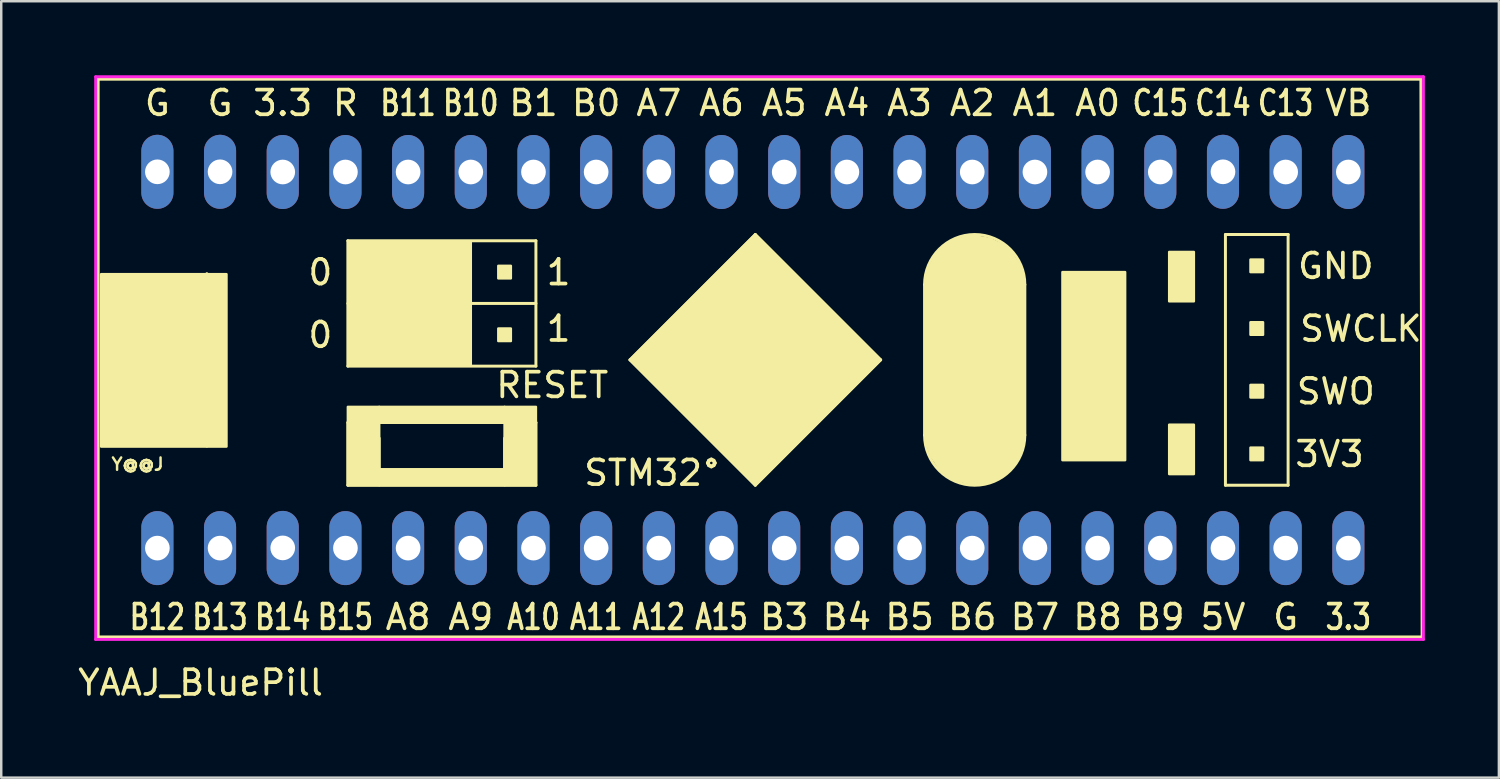
<source format=kicad_pcb>
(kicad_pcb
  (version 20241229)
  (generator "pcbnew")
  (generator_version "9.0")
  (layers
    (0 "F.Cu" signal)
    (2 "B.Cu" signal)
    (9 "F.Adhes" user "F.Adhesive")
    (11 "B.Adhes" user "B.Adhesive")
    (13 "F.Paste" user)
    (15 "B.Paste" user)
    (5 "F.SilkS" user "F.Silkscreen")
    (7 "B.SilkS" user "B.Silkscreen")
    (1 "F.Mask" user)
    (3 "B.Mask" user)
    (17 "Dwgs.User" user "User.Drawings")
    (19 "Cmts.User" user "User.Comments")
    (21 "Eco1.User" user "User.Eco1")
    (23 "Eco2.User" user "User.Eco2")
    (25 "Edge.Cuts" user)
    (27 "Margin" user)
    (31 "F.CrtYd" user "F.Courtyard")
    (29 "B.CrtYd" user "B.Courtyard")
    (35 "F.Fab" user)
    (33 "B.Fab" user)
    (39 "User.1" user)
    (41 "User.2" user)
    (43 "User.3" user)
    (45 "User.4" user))
  (footprint "YAAJ_BluePill"
    (layer "F.Cu")
    (at 3.327 19.16)
    (property "Reference" "YAAJ_BluePill" (at 1.75 5.453 180) (layer "F.SilkS") (effects (font (size 1 1) (thickness 0.15))))
    (attr through_hole)
    (fp_line (start -2.4 -19) (end 51.2 -19) (stroke (width 0.12) (type solid)) (layer "F.SilkS"))
    (fp_line (start -2.4 3.6) (end -2.4 -19) (stroke (width 0.12) (type solid)) (layer "F.SilkS"))
    (fp_line (start 2.004 -4.135) (end 2.004 -11.12) (stroke (width 0.12) (type solid)) (layer "F.SilkS"))
    (fp_line (start 7.719 -12.454) (end 7.719 -7.374) (stroke (width 0.12) (type solid)) (layer "F.SilkS"))
    (fp_line (start 7.719 -9.914) (end 15.339 -9.914) (stroke (width 0.12) (type solid)) (layer "F.SilkS"))
    (fp_line (start 7.719 -7.374) (end 15.339 -7.374) (stroke (width 0.12) (type solid)) (layer "F.SilkS"))
    (fp_line (start 7.719 -5.088) (end 15.339 -5.088) (stroke (width 0.12) (type solid)) (layer "F.SilkS"))
    (fp_line (start 7.719 -2.548) (end 7.719 -5.088) (stroke (width 0.12) (type solid)) (layer "F.SilkS"))
    (fp_line (start 8.989 -3.183) (end 8.989 -4.453) (stroke (width 0.12) (type solid)) (layer "F.SilkS"))
    (fp_line (start 14.069 -4.453) (end 14.069 -3.183) (stroke (width 0.12) (type solid)) (layer "F.SilkS"))
    (fp_line (start 14.069 -3.183) (end 8.989 -3.183) (stroke (width 0.12) (type solid)) (layer "F.SilkS"))
    (fp_line (start 15.339 -12.454) (end 7.719 -12.454) (stroke (width 0.12) (type solid)) (layer "F.SilkS"))
    (fp_line (start 15.339 -7.374) (end 15.339 -12.454) (stroke (width 0.12) (type solid)) (layer "F.SilkS"))
    (fp_line (start 15.339 -5.088) (end 15.339 -2.548) (stroke (width 0.12) (type solid)) (layer "F.SilkS"))
    (fp_line (start 15.339 -2.548) (end 7.719 -2.548) (stroke (width 0.12) (type solid)) (layer "F.SilkS"))
    (fp_line (start 19.149 -7.628) (end 24.229 -12.708) (stroke (width 0.12) (type solid)) (layer "F.SilkS"))
    (fp_line (start 24.229 -12.708) (end 29.309 -7.628) (stroke (width 0.12) (type solid)) (layer "F.SilkS"))
    (fp_line (start 24.229 -2.548) (end 19.149 -7.628) (stroke (width 0.12) (type solid)) (layer "F.SilkS"))
    (fp_line (start 29.309 -7.628) (end 24.229 -2.548) (stroke (width 0.12) (type solid)) (layer "F.SilkS"))
    (fp_line (start 31.087 -4.58) (end 31.087 -10.676) (stroke (width 0.12) (type solid)) (layer "F.SilkS"))
    (fp_line (start 35.151 -4.58) (end 35.151 -10.676) (stroke (width 0.12) (type solid)) (layer "F.SilkS"))
    (fp_line (start 43.279 -12.708) (end 43.279 -2.548) (stroke (width 0.12) (type solid)) (layer "F.SilkS"))
    (fp_line (start 43.279 -2.548) (end 45.819 -2.548) (stroke (width 0.12) (type solid)) (layer "F.SilkS"))
    (fp_line (start 45.819 -12.708) (end 43.279 -12.708) (stroke (width 0.12) (type solid)) (layer "F.SilkS"))
    (fp_line (start 45.819 -2.548) (end 45.819 -12.708) (stroke (width 0.12) (type solid)) (layer "F.SilkS"))
    (fp_line (start 51.2 -19) (end 51.25 3.6) (stroke (width 0.12) (type solid)) (layer "F.SilkS"))
    (fp_line (start 51.25 3.6) (end -2.4 3.6) (stroke (width 0.12) (type solid)) (layer "F.SilkS"))
    (fp_arc (start 31.08706 -10.67562) (mid 33.11906 -12.70762) (end 35.15106 -10.67562) (stroke (width 0.12) (type solid)) (layer "F.SilkS"))
    (fp_arc (start 35.15106 -4.57962) (mid 33.11906 -2.54762) (end 31.08706 -4.57962) (stroke (width 0.12) (type solid)) (layer "F.SilkS"))
    (fp_poly (pts (xy -2.28 -4.115) (xy 2.8 -4.115) (xy 2.8 -11.1) (xy -2.28 -11.1)) (stroke (width 0.1) (type solid)) (fill yes) (layer "F.SilkS"))
    (fp_poly (pts (xy 7.719 -2.548) (xy 7.719 -5.723) (xy 8.989 -5.723) (xy 8.989 -2.548)) (stroke (width 0.1) (type solid)) (fill yes) (layer "F.SilkS"))
    (fp_poly (pts (xy 7.8 -12.4) (xy 12.7 -12.4) (xy 12.7 -7.4) (xy 7.8 -7.4)) (stroke (width 0.1) (type solid)) (fill yes) (layer "F.SilkS"))
    (fp_poly (pts (xy 8.735 -10.93) (xy 9.243 -10.93) (xy 9.243 -11.438) (xy 8.735 -11.438)) (stroke (width 0.1) (type solid)) (fill yes) (layer "F.SilkS"))
    (fp_poly (pts (xy 8.735 -8.39) (xy 8.735 -8.898) (xy 9.243 -8.898) (xy 9.243 -8.39)) (stroke (width 0.1) (type solid)) (fill yes) (layer "F.SilkS"))
    (fp_poly (pts (xy 8.989 -5.088) (xy 8.989 -5.723) (xy 14.069 -5.723) (xy 14.069 -5.088)) (stroke (width 0.1) (type solid)) (fill yes) (layer "F.SilkS"))
    (fp_poly (pts (xy 8.989 -2.548) (xy 8.989 -3.183) (xy 14.069 -3.183) (xy 14.069 -2.548)) (stroke (width 0.1) (type solid)) (fill yes) (layer "F.SilkS"))
    (fp_poly (pts (xy 11.275 -10.93) (xy 11.275 -11.438) (xy 11.783 -11.438) (xy 11.783 -10.93)) (stroke (width 0.1) (type solid)) (fill yes) (layer "F.SilkS"))
    (fp_poly (pts (xy 11.275 -8.39) (xy 11.275 -8.898) (xy 11.783 -8.898) (xy 11.783 -8.39)) (stroke (width 0.1) (type solid)) (fill yes) (layer "F.SilkS"))
    (fp_poly (pts (xy 13.815 -10.93) (xy 13.815 -11.438) (xy 14.323 -11.438) (xy 14.323 -10.93)) (stroke (width 0.1) (type solid)) (fill yes) (layer "F.SilkS"))
    (fp_poly (pts (xy 13.815 -8.39) (xy 14.323 -8.39) (xy 14.323 -8.898) (xy 13.815 -8.898)) (stroke (width 0.1) (type solid)) (fill yes) (layer "F.SilkS"))
    (fp_poly (pts (xy 14.069 -2.548) (xy 14.069 -5.723) (xy 15.339 -5.723) (xy 15.339 -2.548)) (stroke (width 0.1) (type solid)) (fill yes) (layer "F.SilkS"))
    (fp_poly (pts (xy 19.149 -7.628) (xy 24.229 -2.548) (xy 29.309 -7.628) (xy 24.229 -12.708)) (stroke (width 0.1) (type solid)) (fill yes) (layer "F.SilkS"))
    (fp_poly (pts (xy 36.675 -3.564) (xy 36.675 -11.184) (xy 39.215 -11.184) (xy 39.215 -3.564)) (stroke (width 0.1) (type solid)) (fill yes) (layer "F.SilkS"))
    (fp_poly (pts (xy 41 -12) (xy 41 -10) (xy 42 -10) (xy 42 -12)) (stroke (width 0.1) (type solid)) (fill yes) (layer "F.SilkS"))
    (fp_poly (pts (xy 42 -5) (xy 41 -5) (xy 41 -3) (xy 42 -3)) (stroke (width 0.1) (type solid)) (fill yes) (layer "F.SilkS"))
    (fp_poly (pts (xy 44.295 -11.184) (xy 44.803 -11.184) (xy 44.803 -11.692) (xy 44.295 -11.692)) (stroke (width 0.1) (type solid)) (fill yes) (layer "F.SilkS"))
    (fp_poly (pts (xy 44.295 -8.644) (xy 44.803 -8.644) (xy 44.803 -9.152) (xy 44.295 -9.152)) (stroke (width 0.1) (type solid)) (fill yes) (layer "F.SilkS"))
    (fp_poly (pts (xy 44.295 -6.104) (xy 44.803 -6.104) (xy 44.803 -6.612) (xy 44.295 -6.612)) (stroke (width 0.1) (type solid)) (fill yes) (layer "F.SilkS"))
    (fp_poly (pts (xy 44.295 -3.564) (xy 44.803 -3.564) (xy 44.803 -4.072) (xy 44.295 -4.072)) (stroke (width 0.1) (type solid)) (fill yes) (layer "F.SilkS"))
    (fp_poly (pts (xy 31.196 -4.209) (xy 31.35 -3.745) (xy 31.606 -3.362) (xy 31.742 -3.185) (xy 32.057 -2.926) (xy 32.291 -2.799) (xy 32.522 -2.723) (xy 32.827 -2.652) (xy 33.114 -2.598) (xy 33.541 -2.642) (xy 33.891 -2.744) (xy 34.196 -2.936) (xy 34.412 -3.089) (xy 34.638 -3.338) (xy 34.877 -3.627) (xy 34.973 -3.856) (xy 35.019 -4.049) (xy 35.088 -4.514) (xy 35.093 -10.838) (xy 34.966 -11.394) (xy 34.592 -11.979) (xy 34.242 -12.291) (xy 33.726 -12.529) (xy 33.381 -12.592) (xy 33.076 -12.624) (xy 32.743 -12.593) (xy 32.342 -12.484) (xy 32.144 -12.403) (xy 31.92 -12.25) (xy 31.704 -12.029) (xy 31.499 -11.781) (xy 31.255 -11.318) (xy 31.163 -10.843) (xy 31.168 -4.521)) (stroke (width 0.1) (type solid)) (fill yes) (layer "F.SilkS"))
    (fp_line (start -2.5 -19.1) (end -2.5 3.7) (stroke (width 0.12) (type solid)) (layer "F.CrtYd"))
    (fp_line (start -2.5 -19.1) (end 51.3 -19.1) (stroke (width 0.12) (type solid)) (layer "F.CrtYd"))
    (fp_line (start 51.3 -19.1) (end 51.3 3.7) (stroke (width 0.12) (type solid)) (layer "F.CrtYd"))
    (fp_line (start 51.3 3.7) (end -2.5 3.7) (stroke (width 0.12) (type solid)) (layer "F.CrtYd"))
    (fp_text user "STM32°" (at 20.066 -3.048 0) (layer "F.SilkS") (effects (font (size 1 1) (thickness 0.15))))
    (fp_text user "3.3" (at 5.08 -18.034 0) (layer "F.SilkS") (effects (font (size 1 1) (thickness 0.15))))
    (fp_text user "B3" (at 25.4 2.794 0) (layer "F.SilkS") (effects (font (size 1 1) (thickness 0.15))))
    (fp_text user "5V" (at 43.18 2.794 0) (layer "F.SilkS") (effects (font (size 1 1) (thickness 0.15))))
    (fp_text user "A8" (at 10.16 2.794 0) (layer "F.SilkS") (effects (font (size 1 1) (thickness 0.15))))
    (fp_text user "B15" (at 7.62 2.794 0) (layer "F.SilkS") (effects (font (size 1 0.762) (thickness 0.15))))
    (fp_text user "SWCLK" (at 48.768 -8.89 0) (layer "F.SilkS") (effects (font (size 1 1) (thickness 0.15))))
    (fp_text user "B14" (at 5.08 2.794 0) (layer "F.SilkS") (effects (font (size 1 0.762) (thickness 0.15))))
    (fp_text user "A6" (at 22.86 -18.034 0) (layer "F.SilkS") (effects (font (size 1 1) (thickness 0.15))))
    (fp_text user "A10" (at 15.24 2.794 0) (layer "F.SilkS") (effects (font (size 1 0.762) (thickness 0.15))))
    (fp_text user "1" (at 16.256 -8.89 0) (layer "F.SilkS") (effects (font (size 1 1) (thickness 0.15))))
    (fp_text user "B8" (at 38.1 2.794 0) (layer "F.SilkS") (effects (font (size 1 1) (thickness 0.15))))
    (fp_text user "1" (at 16.256 -11.176 0) (layer "F.SilkS") (effects (font (size 1 1) (thickness 0.15))))
    (fp_text user "B1" (at 15.24 -18.034 0) (layer "F.SilkS") (effects (font (size 1 1) (thickness 0.15))))
    (fp_text user "3.3" (at 48.26 2.794 0) (layer "F.SilkS") (effects (font (size 1 0.762) (thickness 0.15))))
    (fp_text user "A0" (at 38.1 -18.034 0) (layer "F.SilkS") (effects (font (size 1 1) (thickness 0.15))))
    (fp_text user "C14" (at 43.18 -18.034 0) (layer "F.SilkS") (effects (font (size 1 0.762) (thickness 0.15))))
    (fp_text user "B5" (at 30.48 2.794 0) (layer "F.SilkS") (effects (font (size 1 1) (thickness 0.15))))
    (fp_text user "B0" (at 17.78 -18.034 0) (layer "F.SilkS") (effects (font (size 1 1) (thickness 0.15))))
    (fp_text user "A7" (at 20.32 -18.034 0) (layer "F.SilkS") (effects (font (size 1 1) (thickness 0.15))))
    (fp_text user "B7" (at 35.56 2.794 0) (layer "F.SilkS") (effects (font (size 1 1) (thickness 0.15))))
    (fp_text user "0" (at 6.604 -8.636 0) (layer "F.SilkS") (effects (font (size 1 1) (thickness 0.15))))
    (fp_text user "R" (at 7.62 -18.034 0) (layer "F.SilkS") (effects (font (size 1 1) (thickness 0.15))))
    (fp_text user "A12" (at 20.32 2.794 0) (layer "F.SilkS") (effects (font (size 1 0.762) (thickness 0.15))))
    (fp_text user "A15" (at 22.86 2.794 0) (layer "F.SilkS") (effects (font (size 1 0.762) (thickness 0.15))))
    (fp_text user "A5" (at 25.4 -18.034 0) (layer "F.SilkS") (effects (font (size 1 1) (thickness 0.15))))
    (fp_text user "A3" (at 30.48 -18.034 0) (layer "F.SilkS") (effects (font (size 1 1) (thickness 0.15))))
    (fp_text user "A4" (at 27.94 -18.034 0) (layer "F.SilkS") (effects (font (size 1 1) (thickness 0.15))))
    (fp_text user "B6" (at 33.02 2.794 0) (layer "F.SilkS") (effects (font (size 1 1) (thickness 0.15))))
    (fp_text user "C15" (at 40.64 -18.034 0) (layer "F.SilkS") (effects (font (size 1 0.762) (thickness 0.15))))
    (fp_text user "B10" (at 12.7 -18.034 0) (layer "F.SilkS") (effects (font (size 1 0.762) (thickness 0.15))))
    (fp_text user "A9" (at 12.7 2.794 0) (layer "F.SilkS") (effects (font (size 1 1) (thickness 0.15))))
    (fp_text user "G" (at 2.54 -18.034 0) (layer "F.SilkS") (effects (font (size 1 1) (thickness 0.15))))
    (fp_text user "G" (at 45.72 2.794 0) (layer "F.SilkS") (effects (font (size 1 1) (thickness 0.15))))
    (fp_text user "B4" (at 27.94 2.794 0) (layer "F.SilkS") (effects (font (size 1 1) (thickness 0.15))))
    (fp_text user "B9" (at 40.64 2.794 0) (layer "F.SilkS") (effects (font (size 1 1) (thickness 0.15))))
    (fp_text user "GND" (at 47.752 -11.43 0) (layer "F.SilkS") (effects (font (size 1 1) (thickness 0.15))))
    (fp_text user "0" (at 6.604 -11.176 0) (layer "F.SilkS") (effects (font (size 1 1) (thickness 0.15))))
    (fp_text user "B11" (at 10.16 -18.034 0) (layer "F.SilkS") (effects (font (size 1 0.762) (thickness 0.15))))
    (fp_text user "G" (at 0 -18.034 0) (layer "F.SilkS") (effects (font (size 1 1) (thickness 0.15))))
    (fp_text user "A11" (at 17.78 2.794 0) (layer "F.SilkS") (effects (font (size 1 0.762) (thickness 0.15))))
    (fp_text user "RESET" (at 16.002 -6.604 0) (layer "F.SilkS") (effects (font (size 1 1) (thickness 0.15))))
    (fp_text user "C13" (at 45.72 -18.034 0) (layer "F.SilkS") (effects (font (size 1 0.762) (thickness 0.15))))
    (fp_text user "A2" (at 33.02 -18.034 0) (layer "F.SilkS") (effects (font (size 1 1) (thickness 0.15))))
    (fp_text user "3V3" (at 47.498 -3.81 0) (layer "F.SilkS") (effects (font (size 1 1) (thickness 0.15))))
    (fp_text user "B13" (at 2.54 2.794 0) (layer "F.SilkS") (effects (font (size 1 0.762) (thickness 0.15))))
    (fp_text user "B12" (at 0 2.794 0) (layer "F.SilkS") (effects (font (size 1 0.762) (thickness 0.15))))
    (fp_text user "SWO" (at 47.752 -6.35 0) (layer "F.SilkS") (effects (font (size 1 1) (thickness 0.15))))
    (fp_text user "Y@@J" (at -0.8 -3.4 0) (layer "F.SilkS") (effects (font (size 0.5 0.5) (thickness 0.1))))
    (fp_text user "VB" (at 48.26 -18.034 0) (layer "F.SilkS") (effects (font (size 1 1) (thickness 0.15))))
    (fp_text user "A1" (at 35.56 -18.034 0) (layer "F.SilkS") (effects (font (size 1 1) (thickness 0.15))))
    (pad "1" thru_hole oval (at 0 0) (size 1.3 3) (drill 1) (layers "*.Cu" "*.Mask"))
    (pad "2" thru_hole oval (at 2.54 0) (size 1.3 3) (drill 1) (layers "*.Cu" "*.Mask"))
    (pad "3" thru_hole oval (at 5.08 -0.008) (size 1.3 3) (drill 1) (layers "*.Cu" "*.Mask"))
    (pad "4" thru_hole oval (at 7.62 0) (size 1.3 3) (drill 1) (layers "*.Cu" "*.Mask"))
    (pad "5" thru_hole oval (at 10.16 0) (size 1.3 3) (drill 1) (layers "*.Cu" "*.Mask"))
    (pad "6" thru_hole oval (at 12.7 0) (size 1.3 3) (drill 1) (layers "*.Cu" "*.Mask"))
    (pad "7" thru_hole oval (at 15.24 0) (size 1.3 3) (drill 1) (layers "*.Cu" "*.Mask"))
    (pad "8" thru_hole oval (at 17.78 0) (size 1.3 3) (drill 1) (layers "*.Cu" "*.Mask"))
    (pad "9" thru_hole oval (at 20.32 0) (size 1.3 3) (drill 1) (layers "*.Cu" "*.Mask"))
    (pad "10" thru_hole oval (at 22.86 0) (size 1.3 3) (drill 1) (layers "*.Cu" "*.Mask"))
    (pad "11" thru_hole oval (at 25.4 0) (size 1.3 3) (drill 1) (layers "*.Cu" "*.Mask"))
    (pad "12" thru_hole oval (at 27.94 0) (size 1.3 3) (drill 1) (layers "*.Cu" "*.Mask"))
    (pad "13" thru_hole oval (at 30.48 -0.008) (size 1.3 3) (drill 1) (layers "*.Cu" "*.Mask"))
    (pad "14" thru_hole oval (at 33.02 0) (size 1.3 3) (drill 1) (layers "*.Cu" "*.Mask"))
    (pad "15" thru_hole oval (at 35.56 0) (size 1.3 3) (drill 1) (layers "*.Cu" "*.Mask"))
    (pad "16" thru_hole oval (at 38.1 0) (size 1.3 3) (drill 1) (layers "*.Cu" "*.Mask"))
    (pad "17" thru_hole oval (at 40.64 0) (size 1.3 3) (drill 1) (layers "*.Cu" "*.Mask"))
    (pad "18" thru_hole oval (at 43.18 0) (size 1.3 3) (drill 1) (layers "*.Cu" "*.Mask"))
    (pad "19" thru_hole oval (at 45.72 0) (size 1.3 3) (drill 1) (layers "*.Cu" "*.Mask"))
    (pad "20" thru_hole oval (at 48.26 0) (size 1.3 3) (drill 1) (layers "*.Cu" "*.Mask"))
    (pad "21" thru_hole oval (at 48.26 -15.24) (size 1.3 3) (drill 1) (layers "*.Cu" "*.Mask"))
    (pad "22" thru_hole oval (at 45.72 -15.24) (size 1.3 3) (drill 1) (layers "*.Cu" "*.Mask"))
    (pad "23" thru_hole oval (at 43.18 -15.248) (size 1.3 3) (drill 1) (layers "*.Cu" "*.Mask"))
    (pad "24" thru_hole oval (at 40.64 -15.24) (size 1.3 3) (drill 1) (layers "*.Cu" "*.Mask"))
    (pad "25" thru_hole oval (at 38.1 -15.24) (size 1.3 3) (drill 1) (layers "*.Cu" "*.Mask"))
    (pad "26" thru_hole oval (at 35.56 -15.24) (size 1.3 3) (drill 1) (layers "*.Cu" "*.Mask"))
    (pad "27" thru_hole oval (at 33.02 -15.24) (size 1.3 3) (drill 1) (layers "*.Cu" "*.Mask"))
    (pad "28" thru_hole oval (at 30.48 -15.24) (size 1.3 3) (drill 1) (layers "*.Cu" "*.Mask"))
    (pad "29" thru_hole oval (at 27.94 -15.24) (size 1.3 3) (drill 1) (layers "*.Cu" "*.Mask"))
    (pad "30" thru_hole oval (at 25.4 -15.24) (size 1.3 3) (drill 1) (layers "*.Cu" "*.Mask"))
    (pad "31" thru_hole oval (at 22.86 -15.24) (size 1.3 3) (drill 1) (layers "*.Cu" "*.Mask"))
    (pad "32" thru_hole oval (at 20.32 -15.248) (size 1.3 3) (drill 1) (layers "*.Cu" "*.Mask"))
    (pad "33" thru_hole oval (at 17.78 -15.24) (size 1.3 3) (drill 1) (layers "*.Cu" "*.Mask"))
    (pad "34" thru_hole oval (at 15.24 -15.24) (size 1.3 3) (drill 1) (layers "*.Cu" "*.Mask"))
    (pad "35" thru_hole oval (at 12.7 -15.24) (size 1.3 3) (drill 1) (layers "*.Cu" "*.Mask"))
    (pad "36" thru_hole oval (at 10.16 -15.24) (size 1.3 3) (drill 1) (layers "*.Cu" "*.Mask"))
    (pad "37" thru_hole oval (at 7.62 -15.24) (size 1.3 3) (drill 1) (layers "*.Cu" "*.Mask"))
    (pad "38" thru_hole oval (at 5.08 -15.24) (size 1.3 3) (drill 1) (layers "*.Cu" "*.Mask"))
    (pad "39" thru_hole oval (at 2.54 -15.248) (size 1.3 3) (drill 1) (layers "*.Cu" "*.Mask"))
    (pad "40" thru_hole oval (at 0 -15.248) (size 1.3 3) (drill 1) (layers "*.Cu" "*.Mask")))
  (gr_rect
    (start -3 -3)
    (end 57.687 28.462)
    (stroke (width 0.1) (type default))
    (fill no)
    (layer "Edge.Cuts")))
</source>
